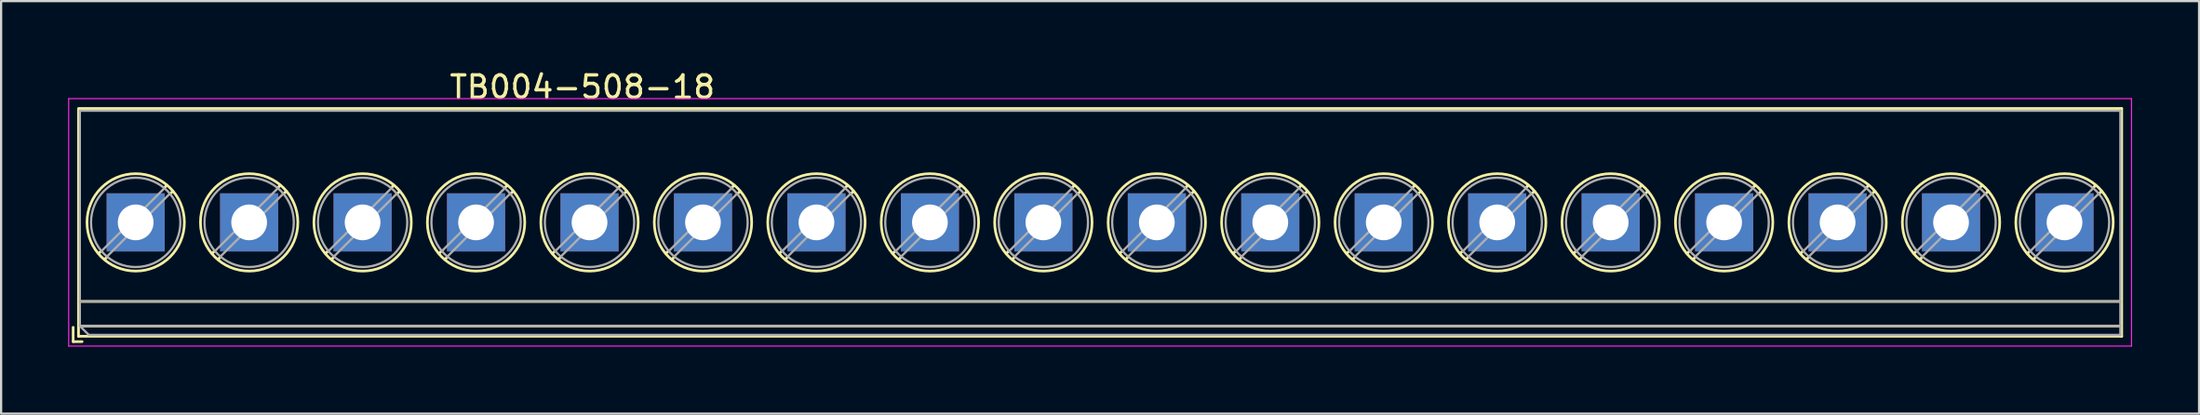
<source format=kicad_pcb>
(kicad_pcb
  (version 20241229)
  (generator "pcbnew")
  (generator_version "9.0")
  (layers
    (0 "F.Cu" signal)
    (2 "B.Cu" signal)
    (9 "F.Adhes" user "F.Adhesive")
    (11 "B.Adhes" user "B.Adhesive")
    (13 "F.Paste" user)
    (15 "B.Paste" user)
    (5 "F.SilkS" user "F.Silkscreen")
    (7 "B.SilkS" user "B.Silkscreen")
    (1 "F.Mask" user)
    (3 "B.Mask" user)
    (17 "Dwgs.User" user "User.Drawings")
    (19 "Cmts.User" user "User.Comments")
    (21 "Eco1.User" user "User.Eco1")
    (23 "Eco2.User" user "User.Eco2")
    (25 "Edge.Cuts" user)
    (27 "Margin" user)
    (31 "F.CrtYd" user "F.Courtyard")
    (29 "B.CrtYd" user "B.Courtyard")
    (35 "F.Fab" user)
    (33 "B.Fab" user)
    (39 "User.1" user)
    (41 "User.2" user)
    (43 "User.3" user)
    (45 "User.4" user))
  (footprint "TB004-508-18"
    (layer "F.Cu")
    (at 3.025 6.908)
    (property "Reference" "TB004-508-18" (at 20 -6.06 0) (layer "F.SilkS") (effects (font (size 1 1) (thickness 0.15))))
    (attr through_hole)
    (fp_line (start -2.8 4.7) (end -2.8 5.34) (stroke (width 0.12) (type solid)) (layer "F.SilkS"))
    (fp_line (start -2.8 5.34) (end -2.4 5.34) (stroke (width 0.12) (type solid)) (layer "F.SilkS"))
    (fp_line (start -2.56 -5.1) (end 88.92 -5.1) (stroke (width 0.12) (type solid)) (layer "F.SilkS"))
    (fp_line (start -2.56 -5.06) (end -2.56 5.1) (stroke (width 0.12) (type solid)) (layer "F.SilkS"))
    (fp_line (start -2.56 3.54) (end 88.9 3.54) (stroke (width 0.12) (type solid)) (layer "F.SilkS"))
    (fp_line (start -2.56 4.64) (end 88.9 4.64) (stroke (width 0.12) (type solid)) (layer "F.SilkS"))
    (fp_line (start -2.56 5.1) (end 88.92 5.1) (stroke (width 0.12) (type solid)) (layer "F.SilkS"))
    (fp_line (start -1.548 1.281) (end -1.654 1.388) (stroke (width 0.12) (type solid)) (layer "F.SilkS"))
    (fp_line (start -1.282 1.547) (end -1.388 1.654) (stroke (width 0.12) (type solid)) (layer "F.SilkS"))
    (fp_line (start 1.388 -1.654) (end 1.281 -1.547) (stroke (width 0.12) (type solid)) (layer "F.SilkS"))
    (fp_line (start 1.654 -1.388) (end 1.547 -1.281) (stroke (width 0.12) (type solid)) (layer "F.SilkS"))
    (fp_line (start 3.532 1.281) (end 3.426 1.388) (stroke (width 0.12) (type solid)) (layer "F.SilkS"))
    (fp_line (start 3.798 1.547) (end 3.692 1.654) (stroke (width 0.12) (type solid)) (layer "F.SilkS"))
    (fp_line (start 6.468 -1.654) (end 6.361 -1.547) (stroke (width 0.12) (type solid)) (layer "F.SilkS"))
    (fp_line (start 6.734 -1.388) (end 6.627 -1.281) (stroke (width 0.12) (type solid)) (layer "F.SilkS"))
    (fp_line (start 8.612 1.281) (end 8.506 1.388) (stroke (width 0.12) (type solid)) (layer "F.SilkS"))
    (fp_line (start 8.878 1.547) (end 8.772 1.654) (stroke (width 0.12) (type solid)) (layer "F.SilkS"))
    (fp_line (start 11.548 -1.654) (end 11.441 -1.547) (stroke (width 0.12) (type solid)) (layer "F.SilkS"))
    (fp_line (start 11.814 -1.388) (end 11.707 -1.281) (stroke (width 0.12) (type solid)) (layer "F.SilkS"))
    (fp_line (start 13.692 1.281) (end 13.586 1.388) (stroke (width 0.12) (type solid)) (layer "F.SilkS"))
    (fp_line (start 13.958 1.547) (end 13.852 1.654) (stroke (width 0.12) (type solid)) (layer "F.SilkS"))
    (fp_line (start 16.628 -1.654) (end 16.521 -1.547) (stroke (width 0.12) (type solid)) (layer "F.SilkS"))
    (fp_line (start 16.894 -1.388) (end 16.787 -1.281) (stroke (width 0.12) (type solid)) (layer "F.SilkS"))
    (fp_line (start 18.772 1.281) (end 18.666 1.388) (stroke (width 0.12) (type solid)) (layer "F.SilkS"))
    (fp_line (start 19.038 1.547) (end 18.932 1.654) (stroke (width 0.12) (type solid)) (layer "F.SilkS"))
    (fp_line (start 21.708 -1.654) (end 21.601 -1.547) (stroke (width 0.12) (type solid)) (layer "F.SilkS"))
    (fp_line (start 21.974 -1.388) (end 21.867 -1.281) (stroke (width 0.12) (type solid)) (layer "F.SilkS"))
    (fp_line (start 23.852 1.281) (end 23.746 1.388) (stroke (width 0.12) (type solid)) (layer "F.SilkS"))
    (fp_line (start 24.118 1.547) (end 24.012 1.654) (stroke (width 0.12) (type solid)) (layer "F.SilkS"))
    (fp_line (start 26.788 -1.654) (end 26.681 -1.547) (stroke (width 0.12) (type solid)) (layer "F.SilkS"))
    (fp_line (start 27.054 -1.388) (end 26.947 -1.281) (stroke (width 0.12) (type solid)) (layer "F.SilkS"))
    (fp_line (start 28.932 1.281) (end 28.826 1.388) (stroke (width 0.12) (type solid)) (layer "F.SilkS"))
    (fp_line (start 29.198 1.547) (end 29.092 1.654) (stroke (width 0.12) (type solid)) (layer "F.SilkS"))
    (fp_line (start 31.868 -1.654) (end 31.761 -1.547) (stroke (width 0.12) (type solid)) (layer "F.SilkS"))
    (fp_line (start 32.134 -1.388) (end 32.027 -1.281) (stroke (width 0.12) (type solid)) (layer "F.SilkS"))
    (fp_line (start 34.012 1.281) (end 33.906 1.388) (stroke (width 0.12) (type solid)) (layer "F.SilkS"))
    (fp_line (start 34.278 1.547) (end 34.172 1.654) (stroke (width 0.12) (type solid)) (layer "F.SilkS"))
    (fp_line (start 36.948 -1.654) (end 36.841 -1.547) (stroke (width 0.12) (type solid)) (layer "F.SilkS"))
    (fp_line (start 37.214 -1.388) (end 37.107 -1.281) (stroke (width 0.12) (type solid)) (layer "F.SilkS"))
    (fp_line (start 39.092 1.281) (end 38.986 1.388) (stroke (width 0.12) (type solid)) (layer "F.SilkS"))
    (fp_line (start 39.358 1.547) (end 39.252 1.654) (stroke (width 0.12) (type solid)) (layer "F.SilkS"))
    (fp_line (start 42.028 -1.654) (end 41.921 -1.547) (stroke (width 0.12) (type solid)) (layer "F.SilkS"))
    (fp_line (start 42.294 -1.388) (end 42.187 -1.281) (stroke (width 0.12) (type solid)) (layer "F.SilkS"))
    (fp_line (start 44.172 1.281) (end 44.066 1.388) (stroke (width 0.12) (type solid)) (layer "F.SilkS"))
    (fp_line (start 44.438 1.547) (end 44.332 1.654) (stroke (width 0.12) (type solid)) (layer "F.SilkS"))
    (fp_line (start 47.108 -1.654) (end 47.001 -1.547) (stroke (width 0.12) (type solid)) (layer "F.SilkS"))
    (fp_line (start 47.374 -1.388) (end 47.267 -1.281) (stroke (width 0.12) (type solid)) (layer "F.SilkS"))
    (fp_line (start 49.252 1.281) (end 49.146 1.388) (stroke (width 0.12) (type solid)) (layer "F.SilkS"))
    (fp_line (start 49.518 1.547) (end 49.412 1.654) (stroke (width 0.12) (type solid)) (layer "F.SilkS"))
    (fp_line (start 52.188 -1.654) (end 52.081 -1.547) (stroke (width 0.12) (type solid)) (layer "F.SilkS"))
    (fp_line (start 52.454 -1.388) (end 52.347 -1.281) (stroke (width 0.12) (type solid)) (layer "F.SilkS"))
    (fp_line (start 54.332 1.281) (end 54.226 1.388) (stroke (width 0.12) (type solid)) (layer "F.SilkS"))
    (fp_line (start 54.598 1.547) (end 54.492 1.654) (stroke (width 0.12) (type solid)) (layer "F.SilkS"))
    (fp_line (start 57.268 -1.654) (end 57.161 -1.547) (stroke (width 0.12) (type solid)) (layer "F.SilkS"))
    (fp_line (start 57.534 -1.388) (end 57.427 -1.281) (stroke (width 0.12) (type solid)) (layer "F.SilkS"))
    (fp_line (start 59.412 1.281) (end 59.306 1.388) (stroke (width 0.12) (type solid)) (layer "F.SilkS"))
    (fp_line (start 59.678 1.547) (end 59.572 1.654) (stroke (width 0.12) (type solid)) (layer "F.SilkS"))
    (fp_line (start 62.348 -1.654) (end 62.241 -1.547) (stroke (width 0.12) (type solid)) (layer "F.SilkS"))
    (fp_line (start 62.614 -1.388) (end 62.507 -1.281) (stroke (width 0.12) (type solid)) (layer "F.SilkS"))
    (fp_line (start 64.492 1.281) (end 64.386 1.388) (stroke (width 0.12) (type solid)) (layer "F.SilkS"))
    (fp_line (start 64.758 1.547) (end 64.652 1.654) (stroke (width 0.12) (type solid)) (layer "F.SilkS"))
    (fp_line (start 67.428 -1.654) (end 67.321 -1.547) (stroke (width 0.12) (type solid)) (layer "F.SilkS"))
    (fp_line (start 67.694 -1.388) (end 67.587 -1.281) (stroke (width 0.12) (type solid)) (layer "F.SilkS"))
    (fp_line (start 69.572 1.281) (end 69.466 1.388) (stroke (width 0.12) (type solid)) (layer "F.SilkS"))
    (fp_line (start 69.838 1.547) (end 69.732 1.654) (stroke (width 0.12) (type solid)) (layer "F.SilkS"))
    (fp_line (start 72.508 -1.654) (end 72.401 -1.547) (stroke (width 0.12) (type solid)) (layer "F.SilkS"))
    (fp_line (start 72.774 -1.388) (end 72.667 -1.281) (stroke (width 0.12) (type solid)) (layer "F.SilkS"))
    (fp_line (start 74.652 1.281) (end 74.546 1.388) (stroke (width 0.12) (type solid)) (layer "F.SilkS"))
    (fp_line (start 74.918 1.547) (end 74.812 1.654) (stroke (width 0.12) (type solid)) (layer "F.SilkS"))
    (fp_line (start 77.588 -1.654) (end 77.481 -1.547) (stroke (width 0.12) (type solid)) (layer "F.SilkS"))
    (fp_line (start 77.854 -1.388) (end 77.747 -1.281) (stroke (width 0.12) (type solid)) (layer "F.SilkS"))
    (fp_line (start 79.732 1.281) (end 79.626 1.388) (stroke (width 0.12) (type solid)) (layer "F.SilkS"))
    (fp_line (start 79.998 1.547) (end 79.892 1.654) (stroke (width 0.12) (type solid)) (layer "F.SilkS"))
    (fp_line (start 82.668 -1.654) (end 82.561 -1.547) (stroke (width 0.12) (type solid)) (layer "F.SilkS"))
    (fp_line (start 82.934 -1.388) (end 82.827 -1.281) (stroke (width 0.12) (type solid)) (layer "F.SilkS"))
    (fp_line (start 84.812 1.281) (end 84.706 1.388) (stroke (width 0.12) (type solid)) (layer "F.SilkS"))
    (fp_line (start 85.078 1.547) (end 84.972 1.654) (stroke (width 0.12) (type solid)) (layer "F.SilkS"))
    (fp_line (start 87.748 -1.654) (end 87.641 -1.547) (stroke (width 0.12) (type solid)) (layer "F.SilkS"))
    (fp_line (start 88.014 -1.388) (end 87.907 -1.281) (stroke (width 0.12) (type solid)) (layer "F.SilkS"))
    (fp_line (start 88.92 -5.1) (end 88.92 5.1) (stroke (width 0.12) (type solid)) (layer "F.SilkS"))
    (fp_circle (center 0 0) (end 2.18 0) (stroke (width 0.12) (type solid)) (fill no) (layer "F.SilkS"))
    (fp_circle (center 5.08 0) (end 7.26 0) (stroke (width 0.12) (type solid)) (fill no) (layer "F.SilkS"))
    (fp_circle (center 10.16 0) (end 12.34 0) (stroke (width 0.12) (type solid)) (fill no) (layer "F.SilkS"))
    (fp_circle (center 15.24 0) (end 17.42 0) (stroke (width 0.12) (type solid)) (fill no) (layer "F.SilkS"))
    (fp_circle (center 20.32 0) (end 22.5 0) (stroke (width 0.12) (type solid)) (fill no) (layer "F.SilkS"))
    (fp_circle (center 25.4 0) (end 27.58 0) (stroke (width 0.12) (type solid)) (fill no) (layer "F.SilkS"))
    (fp_circle (center 30.48 0) (end 32.66 0) (stroke (width 0.12) (type solid)) (fill no) (layer "F.SilkS"))
    (fp_circle (center 35.56 0) (end 37.74 0) (stroke (width 0.12) (type solid)) (fill no) (layer "F.SilkS"))
    (fp_circle (center 40.64 0) (end 42.82 0) (stroke (width 0.12) (type solid)) (fill no) (layer "F.SilkS"))
    (fp_circle (center 45.72 0) (end 47.9 0) (stroke (width 0.12) (type solid)) (fill no) (layer "F.SilkS"))
    (fp_circle (center 50.8 0) (end 52.98 0) (stroke (width 0.12) (type solid)) (fill no) (layer "F.SilkS"))
    (fp_circle (center 55.88 0) (end 58.06 0) (stroke (width 0.12) (type solid)) (fill no) (layer "F.SilkS"))
    (fp_circle (center 60.96 0) (end 63.14 0) (stroke (width 0.12) (type solid)) (fill no) (layer "F.SilkS"))
    (fp_circle (center 66.04 0) (end 68.22 0) (stroke (width 0.12) (type solid)) (fill no) (layer "F.SilkS"))
    (fp_circle (center 71.12 0) (end 73.3 0) (stroke (width 0.12) (type solid)) (fill no) (layer "F.SilkS"))
    (fp_circle (center 76.2 0) (end 78.38 0) (stroke (width 0.12) (type solid)) (fill no) (layer "F.SilkS"))
    (fp_circle (center 81.28 0) (end 83.46 0) (stroke (width 0.12) (type solid)) (fill no) (layer "F.SilkS"))
    (fp_circle (center 86.36 0) (end 88.54 0) (stroke (width 0.12) (type solid)) (fill no) (layer "F.SilkS"))
    (fp_line (start -3 -5.54) (end -3 5.54) (stroke (width 0.05) (type solid)) (layer "F.CrtYd"))
    (fp_line (start -3 5.54) (end 89.36 5.54) (stroke (width 0.05) (type solid)) (layer "F.CrtYd"))
    (fp_line (start 89.36 -5.54) (end -3 -5.54) (stroke (width 0.05) (type solid)) (layer "F.CrtYd"))
    (fp_line (start 89.36 5.54) (end 89.36 -5.54) (stroke (width 0.05) (type solid)) (layer "F.CrtYd"))
    (fp_line (start -2.5 -5) (end 88.86 -5) (stroke (width 0.1) (type solid)) (layer "F.Fab"))
    (fp_line (start -2.5 3.54) (end 88.86 3.54) (stroke (width 0.1) (type solid)) (layer "F.Fab"))
    (fp_line (start -2.5 4.64) (end -2.5 -5) (stroke (width 0.1) (type solid)) (layer "F.Fab"))
    (fp_line (start -2.5 4.64) (end 88.86 4.64) (stroke (width 0.1) (type solid)) (layer "F.Fab"))
    (fp_line (start -2.1 5.04) (end -2.5 4.64) (stroke (width 0.1) (type solid)) (layer "F.Fab"))
    (fp_line (start 1.273 -1.517) (end -1.517 1.273) (stroke (width 0.1) (type solid)) (layer "F.Fab"))
    (fp_line (start 1.517 -1.273) (end -1.273 1.517) (stroke (width 0.1) (type solid)) (layer "F.Fab"))
    (fp_line (start 6.353 -1.517) (end 3.563 1.273) (stroke (width 0.1) (type solid)) (layer "F.Fab"))
    (fp_line (start 6.597 -1.273) (end 3.807 1.517) (stroke (width 0.1) (type solid)) (layer "F.Fab"))
    (fp_line (start 11.433 -1.517) (end 8.643 1.273) (stroke (width 0.1) (type solid)) (layer "F.Fab"))
    (fp_line (start 11.677 -1.273) (end 8.887 1.517) (stroke (width 0.1) (type solid)) (layer "F.Fab"))
    (fp_line (start 16.513 -1.517) (end 13.723 1.273) (stroke (width 0.1) (type solid)) (layer "F.Fab"))
    (fp_line (start 16.757 -1.273) (end 13.967 1.517) (stroke (width 0.1) (type solid)) (layer "F.Fab"))
    (fp_line (start 21.593 -1.517) (end 18.803 1.273) (stroke (width 0.1) (type solid)) (layer "F.Fab"))
    (fp_line (start 21.837 -1.273) (end 19.047 1.517) (stroke (width 0.1) (type solid)) (layer "F.Fab"))
    (fp_line (start 26.673 -1.517) (end 23.883 1.273) (stroke (width 0.1) (type solid)) (layer "F.Fab"))
    (fp_line (start 26.917 -1.273) (end 24.127 1.517) (stroke (width 0.1) (type solid)) (layer "F.Fab"))
    (fp_line (start 31.753 -1.517) (end 28.963 1.273) (stroke (width 0.1) (type solid)) (layer "F.Fab"))
    (fp_line (start 31.997 -1.273) (end 29.207 1.517) (stroke (width 0.1) (type solid)) (layer "F.Fab"))
    (fp_line (start 36.833 -1.517) (end 34.043 1.273) (stroke (width 0.1) (type solid)) (layer "F.Fab"))
    (fp_line (start 37.077 -1.273) (end 34.287 1.517) (stroke (width 0.1) (type solid)) (layer "F.Fab"))
    (fp_line (start 41.913 -1.517) (end 39.123 1.273) (stroke (width 0.1) (type solid)) (layer "F.Fab"))
    (fp_line (start 42.157 -1.273) (end 39.367 1.517) (stroke (width 0.1) (type solid)) (layer "F.Fab"))
    (fp_line (start 46.993 -1.517) (end 44.203 1.273) (stroke (width 0.1) (type solid)) (layer "F.Fab"))
    (fp_line (start 47.237 -1.273) (end 44.447 1.517) (stroke (width 0.1) (type solid)) (layer "F.Fab"))
    (fp_line (start 52.073 -1.517) (end 49.283 1.273) (stroke (width 0.1) (type solid)) (layer "F.Fab"))
    (fp_line (start 52.317 -1.273) (end 49.527 1.517) (stroke (width 0.1) (type solid)) (layer "F.Fab"))
    (fp_line (start 57.153 -1.517) (end 54.363 1.273) (stroke (width 0.1) (type solid)) (layer "F.Fab"))
    (fp_line (start 57.397 -1.273) (end 54.607 1.517) (stroke (width 0.1) (type solid)) (layer "F.Fab"))
    (fp_line (start 62.233 -1.517) (end 59.443 1.273) (stroke (width 0.1) (type solid)) (layer "F.Fab"))
    (fp_line (start 62.477 -1.273) (end 59.687 1.517) (stroke (width 0.1) (type solid)) (layer "F.Fab"))
    (fp_line (start 67.313 -1.517) (end 64.523 1.273) (stroke (width 0.1) (type solid)) (layer "F.Fab"))
    (fp_line (start 67.557 -1.273) (end 64.767 1.517) (stroke (width 0.1) (type solid)) (layer "F.Fab"))
    (fp_line (start 72.393 -1.517) (end 69.603 1.273) (stroke (width 0.1) (type solid)) (layer "F.Fab"))
    (fp_line (start 72.637 -1.273) (end 69.847 1.517) (stroke (width 0.1) (type solid)) (layer "F.Fab"))
    (fp_line (start 77.473 -1.517) (end 74.683 1.273) (stroke (width 0.1) (type solid)) (layer "F.Fab"))
    (fp_line (start 77.717 -1.273) (end 74.927 1.517) (stroke (width 0.1) (type solid)) (layer "F.Fab"))
    (fp_line (start 82.553 -1.517) (end 79.763 1.273) (stroke (width 0.1) (type solid)) (layer "F.Fab"))
    (fp_line (start 82.797 -1.273) (end 80.007 1.517) (stroke (width 0.1) (type solid)) (layer "F.Fab"))
    (fp_line (start 87.633 -1.517) (end 84.843 1.273) (stroke (width 0.1) (type solid)) (layer "F.Fab"))
    (fp_line (start 87.877 -1.273) (end 85.087 1.517) (stroke (width 0.1) (type solid)) (layer "F.Fab"))
    (fp_line (start 88.86 -5) (end 88.86 5.04) (stroke (width 0.1) (type solid)) (layer "F.Fab"))
    (fp_line (start 88.86 5.04) (end -2.1 5.04) (stroke (width 0.1) (type solid)) (layer "F.Fab"))
    (fp_circle (center 0 0) (end 2 0) (stroke (width 0.1) (type solid)) (fill no) (layer "F.Fab"))
    (fp_circle (center 5.08 0) (end 7.08 0) (stroke (width 0.1) (type solid)) (fill no) (layer "F.Fab"))
    (fp_circle (center 10.16 0) (end 12.16 0) (stroke (width 0.1) (type solid)) (fill no) (layer "F.Fab"))
    (fp_circle (center 15.24 0) (end 17.24 0) (stroke (width 0.1) (type solid)) (fill no) (layer "F.Fab"))
    (fp_circle (center 20.32 0) (end 22.32 0) (stroke (width 0.1) (type solid)) (fill no) (layer "F.Fab"))
    (fp_circle (center 25.4 0) (end 27.4 0) (stroke (width 0.1) (type solid)) (fill no) (layer "F.Fab"))
    (fp_circle (center 30.48 0) (end 32.48 0) (stroke (width 0.1) (type solid)) (fill no) (layer "F.Fab"))
    (fp_circle (center 35.56 0) (end 37.56 0) (stroke (width 0.1) (type solid)) (fill no) (layer "F.Fab"))
    (fp_circle (center 40.64 0) (end 42.64 0) (stroke (width 0.1) (type solid)) (fill no) (layer "F.Fab"))
    (fp_circle (center 45.72 0) (end 47.72 0) (stroke (width 0.1) (type solid)) (fill no) (layer "F.Fab"))
    (fp_circle (center 50.8 0) (end 52.8 0) (stroke (width 0.1) (type solid)) (fill no) (layer "F.Fab"))
    (fp_circle (center 55.88 0) (end 57.88 0) (stroke (width 0.1) (type solid)) (fill no) (layer "F.Fab"))
    (fp_circle (center 60.96 0) (end 62.96 0) (stroke (width 0.1) (type solid)) (fill no) (layer "F.Fab"))
    (fp_circle (center 66.04 0) (end 68.04 0) (stroke (width 0.1) (type solid)) (fill no) (layer "F.Fab"))
    (fp_circle (center 71.12 0) (end 73.12 0) (stroke (width 0.1) (type solid)) (fill no) (layer "F.Fab"))
    (fp_circle (center 76.2 0) (end 78.2 0) (stroke (width 0.1) (type solid)) (fill no) (layer "F.Fab"))
    (fp_circle (center 81.28 0) (end 83.28 0) (stroke (width 0.1) (type solid)) (fill no) (layer "F.Fab"))
    (fp_circle (center 86.36 0) (end 88.36 0) (stroke (width 0.1) (type solid)) (fill no) (layer "F.Fab"))
    (pad "1" thru_hole rect (at 0 0) (size 2.6 2.6) (drill 1.6) (layers "*.Cu" "*.Mask"))
    (pad "2" thru_hole rect (at 5.08 0) (size 2.6 2.6) (drill 1.6) (layers "*.Cu" "*.Mask"))
    (pad "3" thru_hole rect (at 10.16 0) (size 2.6 2.6) (drill 1.6) (layers "*.Cu" "*.Mask"))
    (pad "4" thru_hole rect (at 15.24 0) (size 2.6 2.6) (drill 1.6) (layers "*.Cu" "*.Mask"))
    (pad "5" thru_hole rect (at 20.32 0) (size 2.6 2.6) (drill 1.6) (layers "*.Cu" "*.Mask"))
    (pad "6" thru_hole rect (at 25.4 0) (size 2.6 2.6) (drill 1.6) (layers "*.Cu" "*.Mask"))
    (pad "7" thru_hole rect (at 30.48 0) (size 2.6 2.6) (drill 1.6) (layers "*.Cu" "*.Mask"))
    (pad "8" thru_hole rect (at 35.56 0) (size 2.6 2.6) (drill 1.6) (layers "*.Cu" "*.Mask"))
    (pad "9" thru_hole rect (at 40.64 0) (size 2.6 2.6) (drill 1.6) (layers "*.Cu" "*.Mask"))
    (pad "10" thru_hole rect (at 45.72 0) (size 2.6 2.6) (drill 1.6) (layers "*.Cu" "*.Mask"))
    (pad "11" thru_hole rect (at 50.8 0) (size 2.6 2.6) (drill 1.6) (layers "*.Cu" "*.Mask"))
    (pad "12" thru_hole rect (at 55.88 0) (size 2.6 2.6) (drill 1.6) (layers "*.Cu" "*.Mask"))
    (pad "13" thru_hole rect (at 60.96 0) (size 2.6 2.6) (drill 1.6) (layers "*.Cu" "*.Mask"))
    (pad "14" thru_hole rect (at 66.04 0) (size 2.6 2.6) (drill 1.6) (layers "*.Cu" "*.Mask"))
    (pad "15" thru_hole rect (at 71.12 0) (size 2.6 2.6) (drill 1.6) (layers "*.Cu" "*.Mask"))
    (pad "16" thru_hole rect (at 76.2 0) (size 2.6 2.6) (drill 1.6) (layers "*.Cu" "*.Mask"))
    (pad "17" thru_hole rect (at 81.28 0) (size 2.6 2.6) (drill 1.6) (layers "*.Cu" "*.Mask"))
    (pad "18" thru_hole rect (at 86.36 0) (size 2.6 2.6) (drill 1.6) (layers "*.Cu" "*.Mask")))
  (gr_rect
    (start -3 -3)
    (end 95.41 15.473)
    (stroke (width 0.1) (type default))
    (fill no)
    (layer "Edge.Cuts")))
</source>
